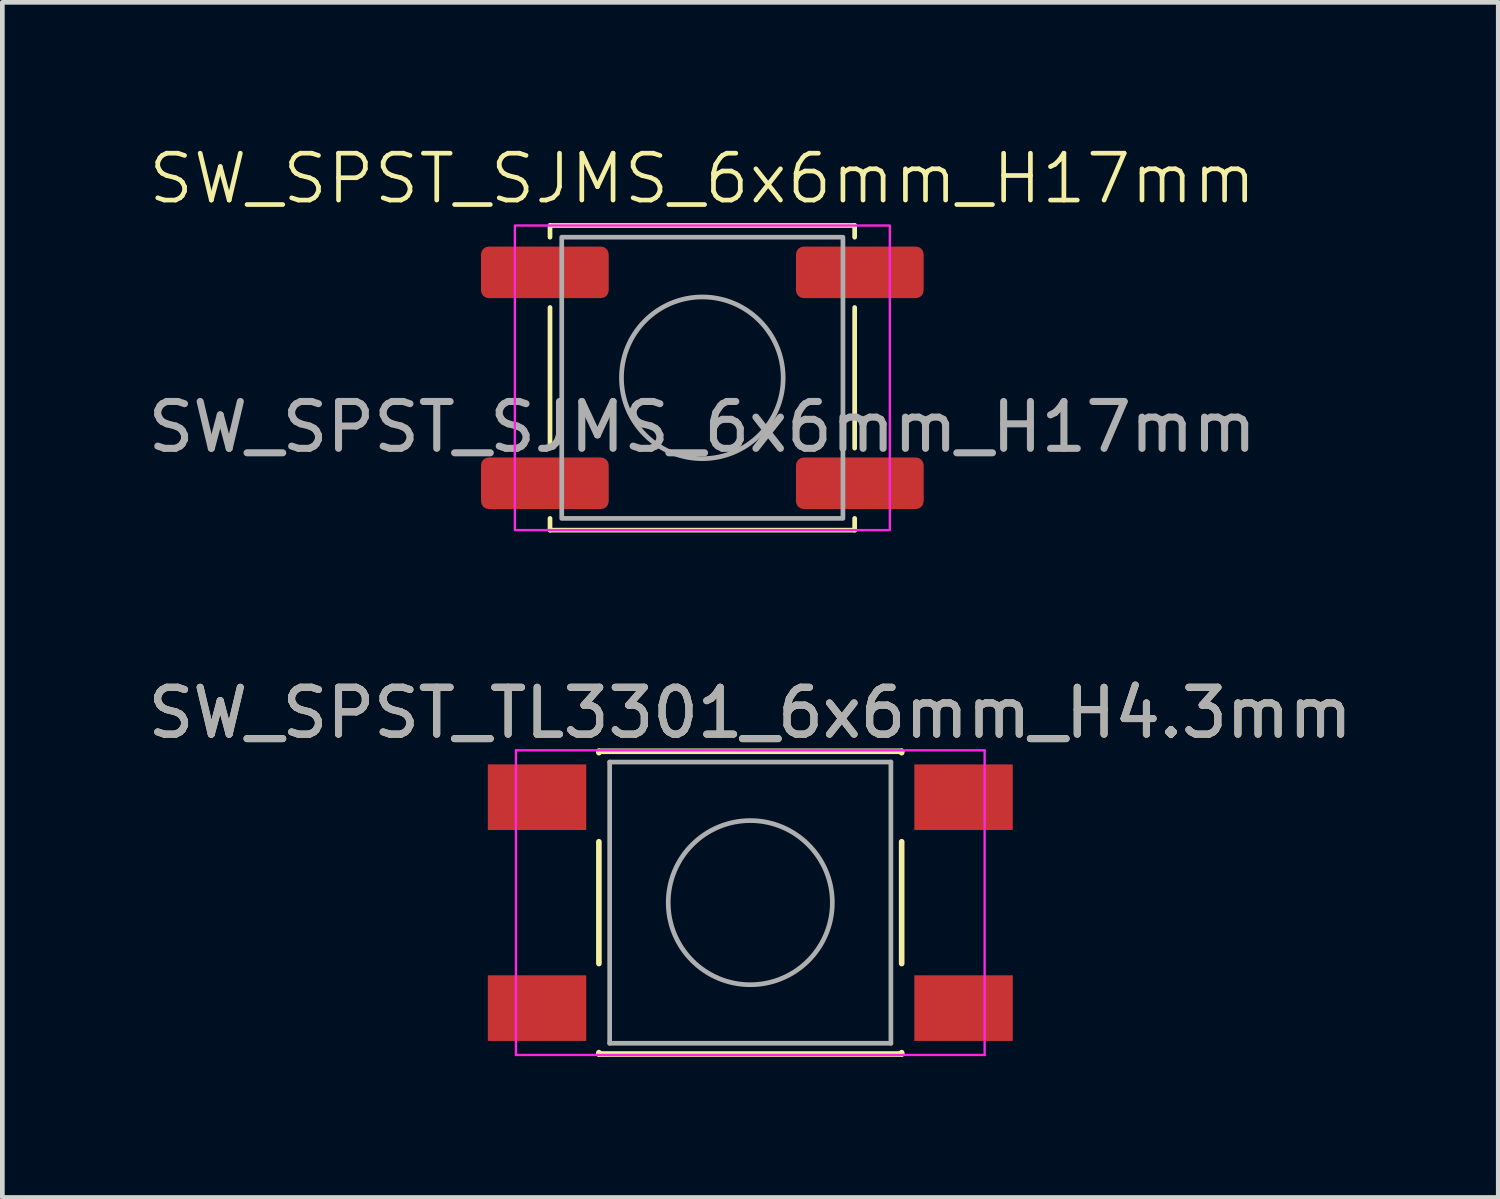
<source format=kicad_pcb>
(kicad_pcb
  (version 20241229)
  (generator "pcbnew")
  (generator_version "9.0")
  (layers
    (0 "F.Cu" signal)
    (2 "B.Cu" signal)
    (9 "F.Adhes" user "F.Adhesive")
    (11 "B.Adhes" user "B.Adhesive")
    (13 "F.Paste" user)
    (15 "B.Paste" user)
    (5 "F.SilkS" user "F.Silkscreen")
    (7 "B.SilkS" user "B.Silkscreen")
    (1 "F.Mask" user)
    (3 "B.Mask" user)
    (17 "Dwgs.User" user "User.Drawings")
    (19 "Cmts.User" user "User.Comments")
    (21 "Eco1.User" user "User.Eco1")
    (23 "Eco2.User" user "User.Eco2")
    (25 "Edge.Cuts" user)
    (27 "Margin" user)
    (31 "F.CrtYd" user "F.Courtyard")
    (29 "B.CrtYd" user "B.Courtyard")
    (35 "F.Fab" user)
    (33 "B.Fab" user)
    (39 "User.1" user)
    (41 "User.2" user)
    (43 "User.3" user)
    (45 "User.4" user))
  (footprint "SW_SPST_SJMS_6x6mm_H17mm"
    (layer "F.Cu")
    (at 11.935 5.011)
    (property "Reference" "SW_SPST_SJMS_6x6mm_H17mm" (at 0 -4.25 0) (unlocked yes) (layer "F.SilkS") (effects (font (size 1 1) (thickness 0.1))))
    (attr smd)
    (fp_line (start -3.25 -3.25) (end -3.25 -3) (stroke (width 0.1) (type default)) (layer "F.SilkS"))
    (fp_line (start -3.25 -3.25) (end 3.25 -3.25) (stroke (width 0.1) (type default)) (layer "F.SilkS"))
    (fp_line (start -3.25 1.5) (end -3.25 -1.5) (stroke (width 0.1) (type default)) (layer "F.SilkS"))
    (fp_line (start -3.25 3.25) (end -3.25 3) (stroke (width 0.1) (type default)) (layer "F.SilkS"))
    (fp_line (start 3.25 -3.25) (end 3.25 -3) (stroke (width 0.1) (type default)) (layer "F.SilkS"))
    (fp_line (start 3.25 -1.5) (end 3.25 1.5) (stroke (width 0.1) (type default)) (layer "F.SilkS"))
    (fp_line (start 3.25 3.25) (end -3.25 3.25) (stroke (width 0.1) (type default)) (layer "F.SilkS"))
    (fp_line (start 3.25 3.25) (end 3.25 3) (stroke (width 0.1) (type default)) (layer "F.SilkS"))
    (fp_rect (start -4 -3.25) (end 4 3.25) (stroke (width 0.05) (type default)) (fill no) (layer "F.CrtYd"))
    (fp_rect (start -3 -3) (end 3 3) (stroke (width 0.1) (type default)) (fill no) (layer "F.Fab"))
    (fp_circle (center 0 0) (end 1.725 0) (stroke (width 0.1) (type solid)) (fill no) (layer "F.Fab"))
    (fp_text user "${REFERENCE}" (at 0 1.05 0) (unlocked yes) (layer "F.Fab") (effects (font (size 1 1) (thickness 0.15))))
    (pad "1" smd roundrect (at -3.36 -2.25) (size 2.725 1.1) (layers "F.Cu" "F.Mask" "F.Paste") (roundrect_rratio 0.15))
    (pad "2" smd roundrect (at 3.36 -2.25) (size 2.725 1.1) (layers "F.Cu" "F.Mask" "F.Paste") (roundrect_rratio 0.15))
    (pad "3" smd roundrect (at -3.36 2.25) (size 2.725 1.1) (layers "F.Cu" "F.Mask" "F.Paste") (roundrect_rratio 0.15))
    (pad "4" smd roundrect (at 3.36 2.25) (size 2.725 1.1) (layers "F.Cu" "F.Mask" "F.Paste") (roundrect_rratio 0.15)))
  (footprint "SW_SPST_TL3301_6x6mm_H4.3mm"
    (layer "F.Cu")
    (at 12.958 16.209)
    (property "Reference" "SW_SPST_TL3301_6x6mm_H4.3mm" (at 0 -4.05 0) (layer "F.SilkS") (effects (font (size 1 1) (thickness 0.15))))
    (attr smd)
    (fp_line (start -3.23 -3.23) (end 3.23 -3.23) (stroke (width 0.12) (type solid)) (layer "F.SilkS"))
    (fp_line (start -3.23 -3.2) (end -3.23 -3.23) (stroke (width 0.12) (type solid)) (layer "F.SilkS"))
    (fp_line (start -3.23 -1.3) (end -3.23 1.3) (stroke (width 0.12) (type solid)) (layer "F.SilkS"))
    (fp_line (start -3.23 3.23) (end -3.23 3.2) (stroke (width 0.12) (type solid)) (layer "F.SilkS"))
    (fp_line (start -3.23 3.23) (end 3.23 3.23) (stroke (width 0.12) (type solid)) (layer "F.SilkS"))
    (fp_line (start 3.23 -3.23) (end 3.23 -3.2) (stroke (width 0.12) (type solid)) (layer "F.SilkS"))
    (fp_line (start 3.23 -1.3) (end 3.23 1.3) (stroke (width 0.12) (type solid)) (layer "F.SilkS"))
    (fp_line (start 3.23 3.23) (end 3.23 3.2) (stroke (width 0.12) (type solid)) (layer "F.SilkS"))
    (fp_line (start -5 -3.25) (end -5 3.25) (stroke (width 0.05) (type solid)) (layer "F.CrtYd"))
    (fp_line (start -5 -3.25) (end 5 -3.25) (stroke (width 0.05) (type solid)) (layer "F.CrtYd"))
    (fp_line (start -5 3.25) (end 5 3.25) (stroke (width 0.05) (type solid)) (layer "F.CrtYd"))
    (fp_line (start 5 3.25) (end 5 -3.25) (stroke (width 0.05) (type solid)) (layer "F.CrtYd"))
    (fp_line (start -3 -3) (end -3 3) (stroke (width 0.1) (type solid)) (layer "F.Fab"))
    (fp_line (start -3 3) (end 3 3) (stroke (width 0.1) (type solid)) (layer "F.Fab"))
    (fp_line (start 3 -3) (end -3 -3) (stroke (width 0.1) (type solid)) (layer "F.Fab"))
    (fp_line (start 3 3) (end 3 -3) (stroke (width 0.1) (type solid)) (layer "F.Fab"))
    (fp_circle (center 0 0) (end 1.75 -0.05) (stroke (width 0.1) (type solid)) (fill no) (layer "F.Fab"))
    (fp_text user "${REFERENCE}" (at 0 -4.05 0) (layer "F.Fab") (effects (font (size 1 1) (thickness 0.15))))
    (pad "1" smd rect (at -4.55 -2.25) (size 2.1 1.4) (layers "F.Cu" "F.Mask" "F.Paste"))
    (pad "1" smd rect (at 4.55 -2.25) (size 2.1 1.4) (layers "F.Cu" "F.Mask" "F.Paste"))
    (pad "2" smd rect (at -4.55 2.25) (size 2.1 1.4) (layers "F.Cu" "F.Mask" "F.Paste"))
    (pad "2" smd rect (at 4.55 2.25) (size 2.1 1.4) (layers "F.Cu" "F.Mask" "F.Paste")))
  (gr_rect
    (start -3 -3)
    (end 28.917 22.499)
    (stroke (width 0.1) (type default))
    (fill no)
    (layer "Edge.Cuts")))
</source>
